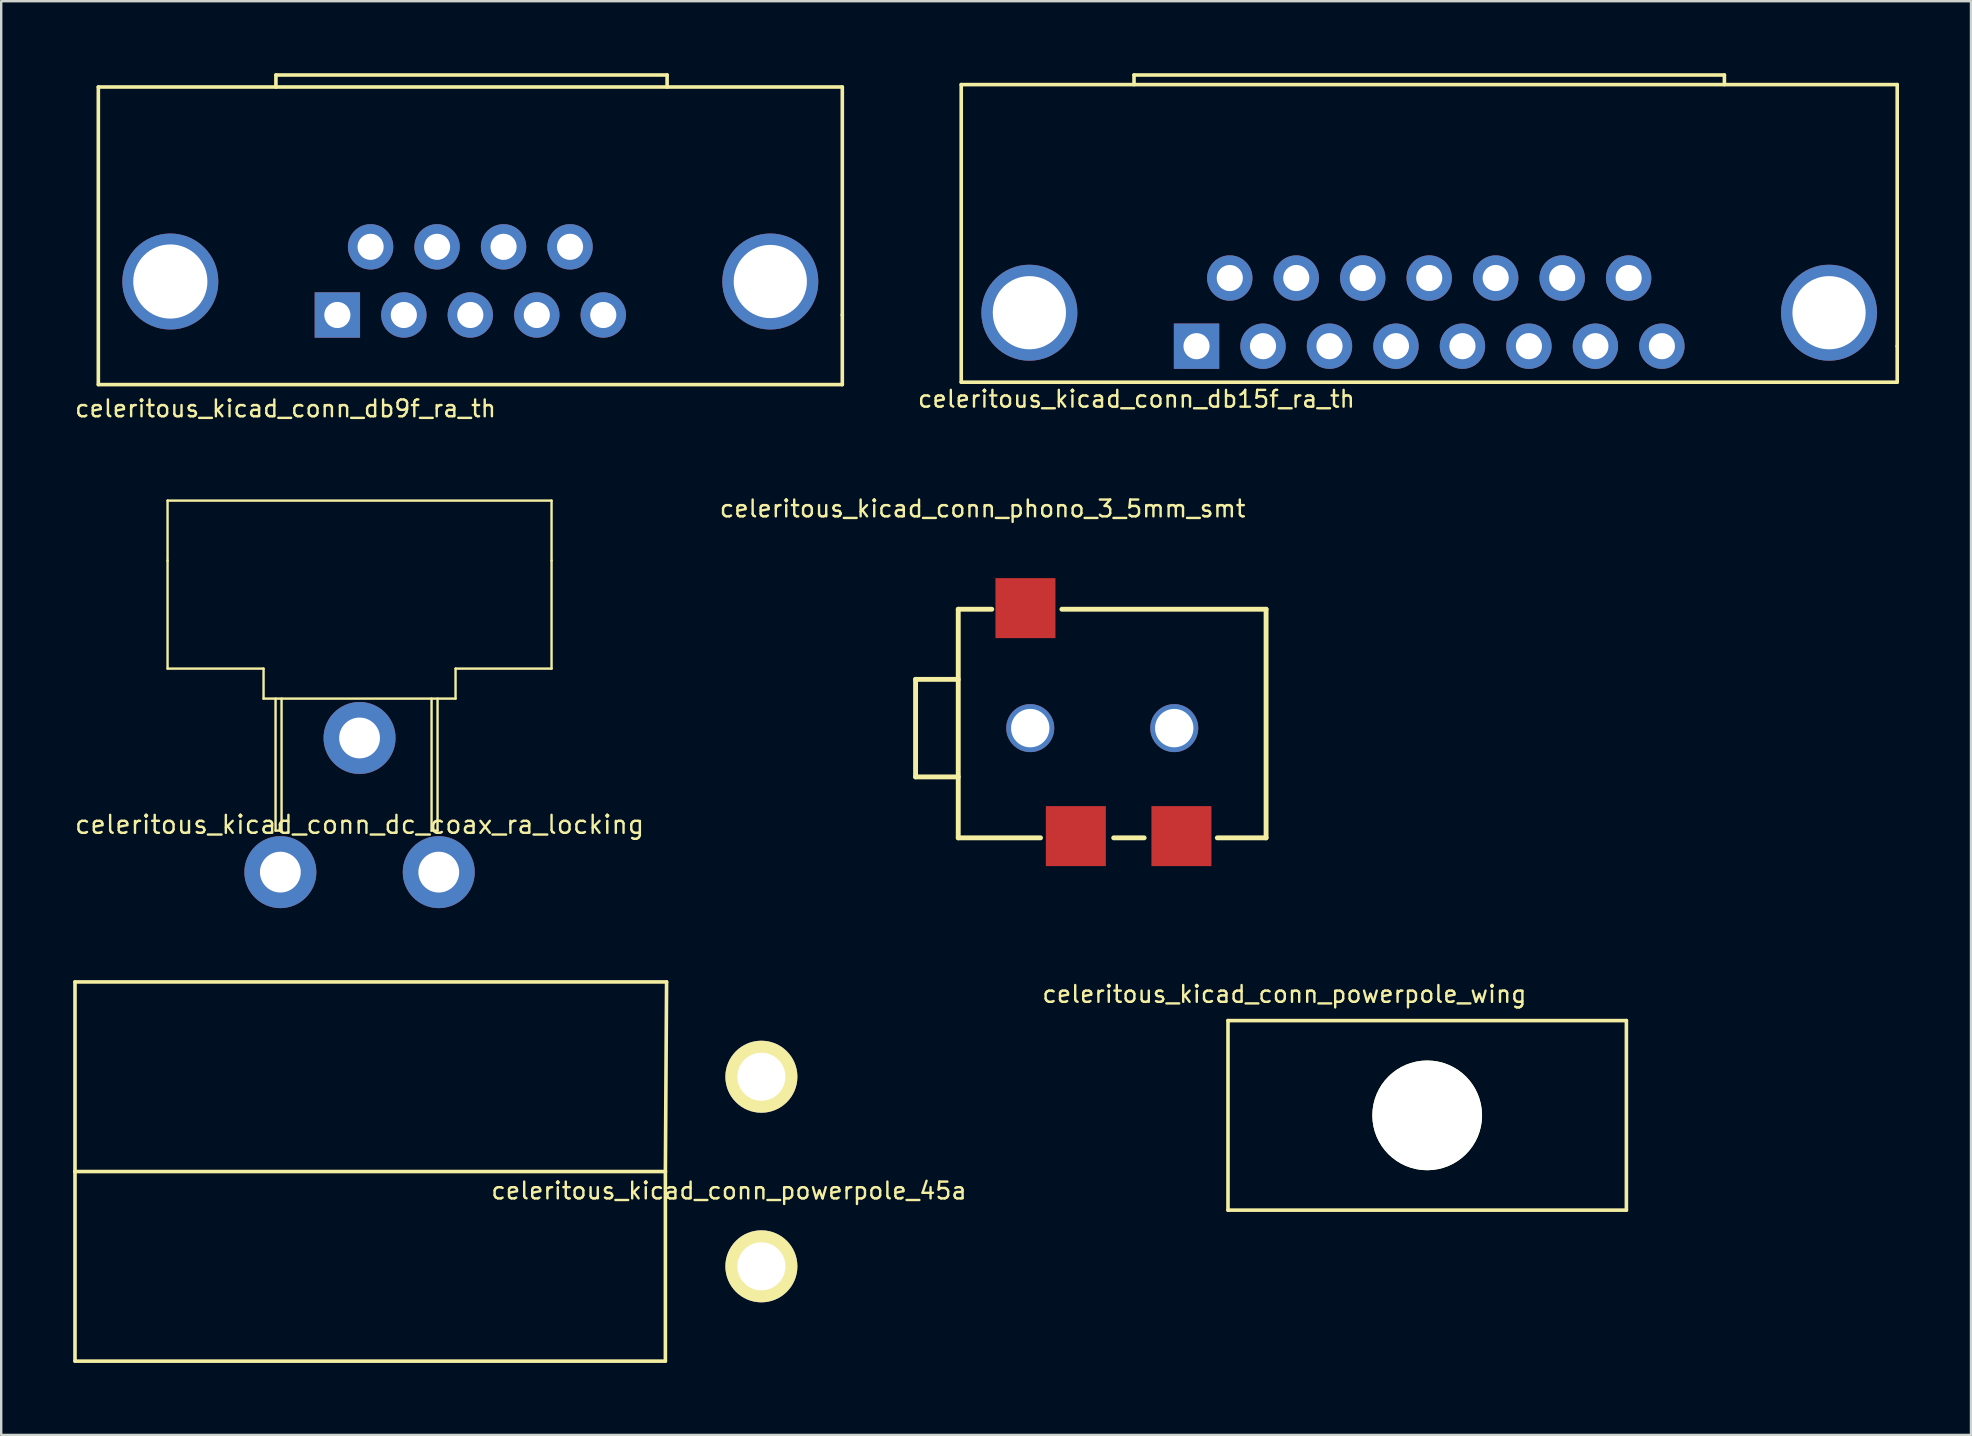
<source format=kicad_pcb>
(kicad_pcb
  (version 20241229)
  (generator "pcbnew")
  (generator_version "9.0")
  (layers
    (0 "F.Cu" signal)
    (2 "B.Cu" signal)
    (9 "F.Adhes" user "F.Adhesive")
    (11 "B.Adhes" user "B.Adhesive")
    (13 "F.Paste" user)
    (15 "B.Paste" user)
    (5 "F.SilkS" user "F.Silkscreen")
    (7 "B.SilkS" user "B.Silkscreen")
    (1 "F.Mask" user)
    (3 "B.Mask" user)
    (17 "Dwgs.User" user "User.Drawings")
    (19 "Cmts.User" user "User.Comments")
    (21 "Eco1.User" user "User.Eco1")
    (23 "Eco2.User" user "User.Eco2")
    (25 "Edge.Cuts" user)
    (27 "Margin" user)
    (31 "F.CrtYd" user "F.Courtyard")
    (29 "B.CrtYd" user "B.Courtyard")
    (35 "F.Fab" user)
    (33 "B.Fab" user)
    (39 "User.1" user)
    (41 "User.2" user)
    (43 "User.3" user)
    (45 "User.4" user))
  (footprint "celeritous_kicad_conn_dc_coax_ra_locking"
    (layer "F.Cu")
    (at 11.932 17.81)
    (property "Reference" "celeritous_kicad_conn_dc_coax_ra_locking" (at 0 13.5 0) (layer "F.SilkS") (effects (font (size 0.75 0.75) (thickness 0.1))))
    (attr through_hole)
    (fp_line (start -8 0) (end 8 0) (stroke (width 0.1) (type solid)) (layer "F.SilkS"))
    (fp_line (start -8 2.5) (end -8 0) (stroke (width 0.1) (type solid)) (layer "F.SilkS"))
    (fp_line (start -8 2.5) (end -8 7) (stroke (width 0.1) (type solid)) (layer "F.SilkS"))
    (fp_line (start -8 7) (end -4 7) (stroke (width 0.1) (type solid)) (layer "F.SilkS"))
    (fp_line (start -4 7) (end -4 8.25) (stroke (width 0.1) (type solid)) (layer "F.SilkS"))
    (fp_line (start -4 8.25) (end 4 8.25) (stroke (width 0.1) (type solid)) (layer "F.SilkS"))
    (fp_line (start -3.5 8.25) (end -3.5 13.75) (stroke (width 0.1) (type solid)) (layer "F.SilkS"))
    (fp_line (start -3.5 13.75) (end -3.25 13.75) (stroke (width 0.1) (type solid)) (layer "F.SilkS"))
    (fp_line (start -3.25 13.75) (end -3.25 8.25) (stroke (width 0.1) (type solid)) (layer "F.SilkS"))
    (fp_line (start 3 8.25) (end 3 13.75) (stroke (width 0.1) (type solid)) (layer "F.SilkS"))
    (fp_line (start 3 13.75) (end 3.25 13.75) (stroke (width 0.1) (type solid)) (layer "F.SilkS"))
    (fp_line (start 3.25 13.75) (end 3.25 8.25) (stroke (width 0.1) (type solid)) (layer "F.SilkS"))
    (fp_line (start 4 7) (end 8 7) (stroke (width 0.1) (type solid)) (layer "F.SilkS"))
    (fp_line (start 4 8.25) (end 4 7) (stroke (width 0.1) (type solid)) (layer "F.SilkS"))
    (fp_line (start 8 0) (end 8 2.5) (stroke (width 0.1) (type solid)) (layer "F.SilkS"))
    (fp_line (start 8 7) (end 8 2.5) (stroke (width 0.1) (type solid)) (layer "F.SilkS"))
    (pad "1" thru_hole circle (at 0 9.89) (size 3 3) (drill 1.7) (layers "*.Cu" "*.Mask"))
    (pad "2" thru_hole circle (at -3.3 15.48) (size 3 3) (drill 1.7) (layers "*.Cu" "*.Mask"))
    (pad "3" thru_hole circle (at 3.3 15.48) (size 3 3) (drill 1.7) (layers "*.Cu" "*.Mask")))
  (footprint "celeritous_kicad_conn_db9f_ra_th"
    (layer "F.Cu")
    (at 16.547 10.075)
    (property "Reference" "celeritous_kicad_conn_db9f_ra_th" (at -7.7 3.9 0) (layer "F.SilkS") (effects (font (size 0.7 0.7) (thickness 0.1))))
    (attr through_hole)
    (fp_line (start -15.5 -9.5) (end -15.5 2.9) (stroke (width 0.15) (type solid)) (layer "F.SilkS"))
    (fp_line (start -15.5 2.9) (end 15.5 2.9) (stroke (width 0.15) (type solid)) (layer "F.SilkS"))
    (fp_line (start -8.1 -10) (end 8.2 -10) (stroke (width 0.15) (type solid)) (layer "F.SilkS"))
    (fp_line (start -8.1 -9.5) (end -8.1 -10) (stroke (width 0.15) (type solid)) (layer "F.SilkS"))
    (fp_line (start 8.2 -10) (end 8.2 -9.5) (stroke (width 0.15) (type solid)) (layer "F.SilkS"))
    (fp_line (start 15.5 -9.5) (end -15.5 -9.5) (stroke (width 0.15) (type solid)) (layer "F.SilkS"))
    (fp_line (start 15.5 0) (end 15.5 -9.5) (stroke (width 0.15) (type solid)) (layer "F.SilkS"))
    (fp_line (start 15.5 2.9) (end 15.5 0) (stroke (width 0.15) (type solid)) (layer "F.SilkS"))
    (pad "1" thru_hole rect (at -5.54 0) (size 1.89 1.89) (drill 1.09) (layers "*.Cu" "*.Mask"))
    (pad "2" thru_hole circle (at -2.77 0) (size 1.89 1.89) (drill 1.09) (layers "*.Cu" "*.Mask"))
    (pad "3" thru_hole circle (at 0 0) (size 1.89 1.89) (drill 1.09) (layers "*.Cu" "*.Mask"))
    (pad "4" thru_hole circle (at 2.77 0) (size 1.89 1.89) (drill 1.09) (layers "*.Cu" "*.Mask"))
    (pad "5" thru_hole circle (at 5.54 0) (size 1.89 1.89) (drill 1.09) (layers "*.Cu" "*.Mask"))
    (pad "6" thru_hole circle (at -4.155 -2.84) (size 1.89 1.89) (drill 1.09) (layers "*.Cu" "*.Mask"))
    (pad "7" thru_hole circle (at -1.385 -2.84) (size 1.89 1.89) (drill 1.09) (layers "*.Cu" "*.Mask"))
    (pad "8" thru_hole circle (at 1.385 -2.84) (size 1.89 1.89) (drill 1.09) (layers "*.Cu" "*.Mask"))
    (pad "9" thru_hole circle (at 4.155 -2.84) (size 1.89 1.89) (drill 1.09) (layers "*.Cu" "*.Mask"))
    (pad "A" thru_hole circle (at -12.5 -1.395) (size 4 4) (drill 3.09) (layers "*.Cu" "*.Mask"))
    (pad "B" thru_hole circle (at 12.5 -1.395) (size 4 4) (drill 3.05) (layers "*.Cu" "*.Mask")))
  (footprint "celeritous_kicad_conn_db15f_ra_th"
    (layer "F.Cu")
    (at 56.502 11.375)
    (property "Reference" "celeritous_kicad_conn_db15f_ra_th" (at -12.2 2.2 0) (layer "F.SilkS") (effects (font (size 0.7 0.7) (thickness 0.1))))
    (attr through_hole)
    (fp_line (start -19.5 -10.9) (end -19.5 1.5) (stroke (width 0.15) (type solid)) (layer "F.SilkS"))
    (fp_line (start -19.5 1.5) (end 19.5 1.5) (stroke (width 0.15) (type solid)) (layer "F.SilkS"))
    (fp_line (start -12.3 -11.3) (end 12.3 -11.3) (stroke (width 0.15) (type solid)) (layer "F.SilkS"))
    (fp_line (start -12.3 -10.9) (end -12.3 -11.3) (stroke (width 0.15) (type solid)) (layer "F.SilkS"))
    (fp_line (start 12.3 -11.3) (end 12.3 -10.9) (stroke (width 0.15) (type solid)) (layer "F.SilkS"))
    (fp_line (start 19.5 -10.9) (end -19.5 -10.9) (stroke (width 0.15) (type solid)) (layer "F.SilkS"))
    (fp_line (start 19.5 0) (end 19.5 -10.9) (stroke (width 0.15) (type solid)) (layer "F.SilkS"))
    (fp_line (start 19.5 1.5) (end 19.5 0) (stroke (width 0.15) (type solid)) (layer "F.SilkS"))
    (pad "1" thru_hole rect (at -9.695 0) (size 1.89 1.89) (drill 1.09) (layers "*.Cu" "*.Mask"))
    (pad "2" thru_hole circle (at -6.925 0) (size 1.89 1.89) (drill 1.09) (layers "*.Cu" "*.Mask"))
    (pad "3" thru_hole circle (at -4.155 0) (size 1.89 1.89) (drill 1.09) (layers "*.Cu" "*.Mask"))
    (pad "4" thru_hole circle (at -1.385 0) (size 1.89 1.89) (drill 1.09) (layers "*.Cu" "*.Mask"))
    (pad "5" thru_hole circle (at 1.385 0) (size 1.89 1.89) (drill 1.09) (layers "*.Cu" "*.Mask"))
    (pad "6" thru_hole circle (at 4.155 0) (size 1.89 1.89) (drill 1.09) (layers "*.Cu" "*.Mask"))
    (pad "7" thru_hole circle (at 6.925 0) (size 1.89 1.89) (drill 1.09) (layers "*.Cu" "*.Mask"))
    (pad "8" thru_hole circle (at 9.695 0) (size 1.89 1.89) (drill 1.09) (layers "*.Cu" "*.Mask"))
    (pad "9" thru_hole circle (at -8.31 -2.84) (size 1.89 1.89) (drill 1.09) (layers "*.Cu" "*.Mask"))
    (pad "10" thru_hole circle (at -5.54 -2.84) (size 1.89 1.89) (drill 1.09) (layers "*.Cu" "*.Mask"))
    (pad "11" thru_hole circle (at -2.77 -2.84) (size 1.89 1.89) (drill 1.09) (layers "*.Cu" "*.Mask"))
    (pad "12" thru_hole circle (at 0 -2.84) (size 1.89 1.89) (drill 1.09) (layers "*.Cu" "*.Mask"))
    (pad "13" thru_hole circle (at 2.77 -2.84) (size 1.89 1.89) (drill 1.09) (layers "*.Cu" "*.Mask"))
    (pad "14" thru_hole circle (at 5.54 -2.84) (size 1.89 1.89) (drill 1.09) (layers "*.Cu" "*.Mask"))
    (pad "15" thru_hole circle (at 8.31 -2.84) (size 1.89 1.89) (drill 1.09) (layers "*.Cu" "*.Mask"))
    (pad "A" thru_hole circle (at -16.66 -1.395) (size 4 4) (drill 3.05) (layers "*.Cu" "*.Mask"))
    (pad "B" thru_hole circle (at 16.66 -1.395) (size 4 4) (drill 3.05) (layers "*.Cu" "*.Mask")))
  (footprint "celeritous_kicad_conn_powerpole_45a"
    (layer "F.Cu")
    (at 24.675 45.765)
    (property "Reference" "celeritous_kicad_conn_powerpole_45a" (at 2.65 0.8 0) (layer "F.SilkS") (effects (font (size 0.7 0.7) (thickness 0.1))))
    (attr through_hole)
    (fp_line (start -24.6 -7.9) (end -24.6 0) (stroke (width 0.15) (type solid)) (layer "F.SilkS"))
    (fp_line (start -24.6 0) (end 0 0) (stroke (width 0.15) (type solid)) (layer "F.SilkS"))
    (fp_line (start -24.6 7.9) (end -24.6 0) (stroke (width 0.15) (type solid)) (layer "F.SilkS"))
    (fp_line (start 0 0) (end 0 7.9) (stroke (width 0.15) (type solid)) (layer "F.SilkS"))
    (fp_line (start 0 0) (end 0.05 -7.9) (stroke (width 0.15) (type solid)) (layer "F.SilkS"))
    (fp_line (start 0 7.9) (end -24.6 7.9) (stroke (width 0.15) (type solid)) (layer "F.SilkS"))
    (fp_line (start 0.05 -7.9) (end -24.6 -7.9) (stroke (width 0.15) (type solid)) (layer "F.SilkS"))
    (pad "1" thru_hole circle (at 4 3.95) (size 3 3) (drill 2) (layers "*.Cu" "*.Mask" "F.SilkS"))
    (pad "2" thru_hole circle (at 4 -3.95) (size 3 3) (drill 2) (layers "*.Cu" "*.Mask" "F.SilkS")))
  (footprint "celeritous_kicad_conn_phono_3_5mm_smt"
    (layer "F.Cu")
    (at 36.878 27.289)
    (property "Reference" "celeritous_kicad_conn_phono_3_5mm_smt" (at 1.016 -9.144 0) (layer "F.SilkS") (effects (font (size 0.7 0.7) (thickness 0.1))))
    (attr through_hole)
    (fp_line (start -1.778 -2.032) (end -1.778 2.032) (stroke (width 0.203) (type solid)) (layer "F.SilkS"))
    (fp_line (start -1.778 2.032) (end 0 2.032) (stroke (width 0.203) (type solid)) (layer "F.SilkS"))
    (fp_line (start 0 -4.953) (end 1.397 -4.953) (stroke (width 0.203) (type solid)) (layer "F.SilkS"))
    (fp_line (start 0 -2.032) (end -1.778 -2.032) (stroke (width 0.203) (type solid)) (layer "F.SilkS"))
    (fp_line (start 0 4.572) (end 0 -4.953) (stroke (width 0.203) (type solid)) (layer "F.SilkS"))
    (fp_line (start 3.429 4.572) (end 0 4.572) (stroke (width 0.203) (type solid)) (layer "F.SilkS"))
    (fp_line (start 4.318 -4.953) (end 12.827 -4.953) (stroke (width 0.203) (type solid)) (layer "F.SilkS"))
    (fp_line (start 7.747 4.572) (end 6.477 4.572) (stroke (width 0.203) (type solid)) (layer "F.SilkS"))
    (fp_line (start 12.827 -4.953) (end 12.827 4.572) (stroke (width 0.203) (type solid)) (layer "F.SilkS"))
    (fp_line (start 12.827 4.572) (end 10.795 4.572) (stroke (width 0.203) (type solid)) (layer "F.SilkS"))
    (pad "1" smd rect (at 2.8 -5) (size 2.5 2.5) (layers "F.Cu" "F.Mask" "F.Paste"))
    (pad "2" smd rect (at 9.3 4.5) (size 2.5 2.5) (layers "F.Cu" "F.Mask" "F.Paste"))
    (pad "3" smd rect (at 4.9 4.5) (size 2.5 2.5) (layers "F.Cu" "F.Mask" "F.Paste"))
    (pad "A" thru_hole circle (at 3 0) (size 2 2) (drill 1.6) (layers "*.Cu" "*.Mask"))
    (pad "B" thru_hole circle (at 9 0) (size 2 2) (drill 1.6) (layers "*.Cu" "*.Mask")))
  (footprint "celeritous_kicad_conn_powerpole_wing"
    (layer "F.Cu")
    (at 56.418 43.425)
    (property "Reference" "celeritous_kicad_conn_powerpole_wing" (at -5.95 -5.05 0) (layer "F.SilkS") (effects (font (size 0.7 0.7) (thickness 0.1))))
    (attr through_hole)
    (fp_line (start -8.3 -3.95) (end 8.3 -3.95) (stroke (width 0.15) (type solid)) (layer "F.SilkS"))
    (fp_line (start -8.3 3.95) (end -8.3 -3.95) (stroke (width 0.15) (type solid)) (layer "F.SilkS"))
    (fp_line (start 8.3 -3.95) (end 8.3 3.95) (stroke (width 0.15) (type solid)) (layer "F.SilkS"))
    (fp_line (start 8.3 3.95) (end -8.3 3.95) (stroke (width 0.15) (type solid)) (layer "F.SilkS"))
    (pad "" np_thru_hole circle (at 0 0) (size 4.572 4.572) (drill 4.572) (layers "*.Cu" "*.Mask" "F.SilkS")))
  (gr_rect
    (start -3 -3)
    (end 79.077 56.74)
    (stroke (width 0.1) (type default))
    (fill no)
    (layer "Edge.Cuts")))
</source>
